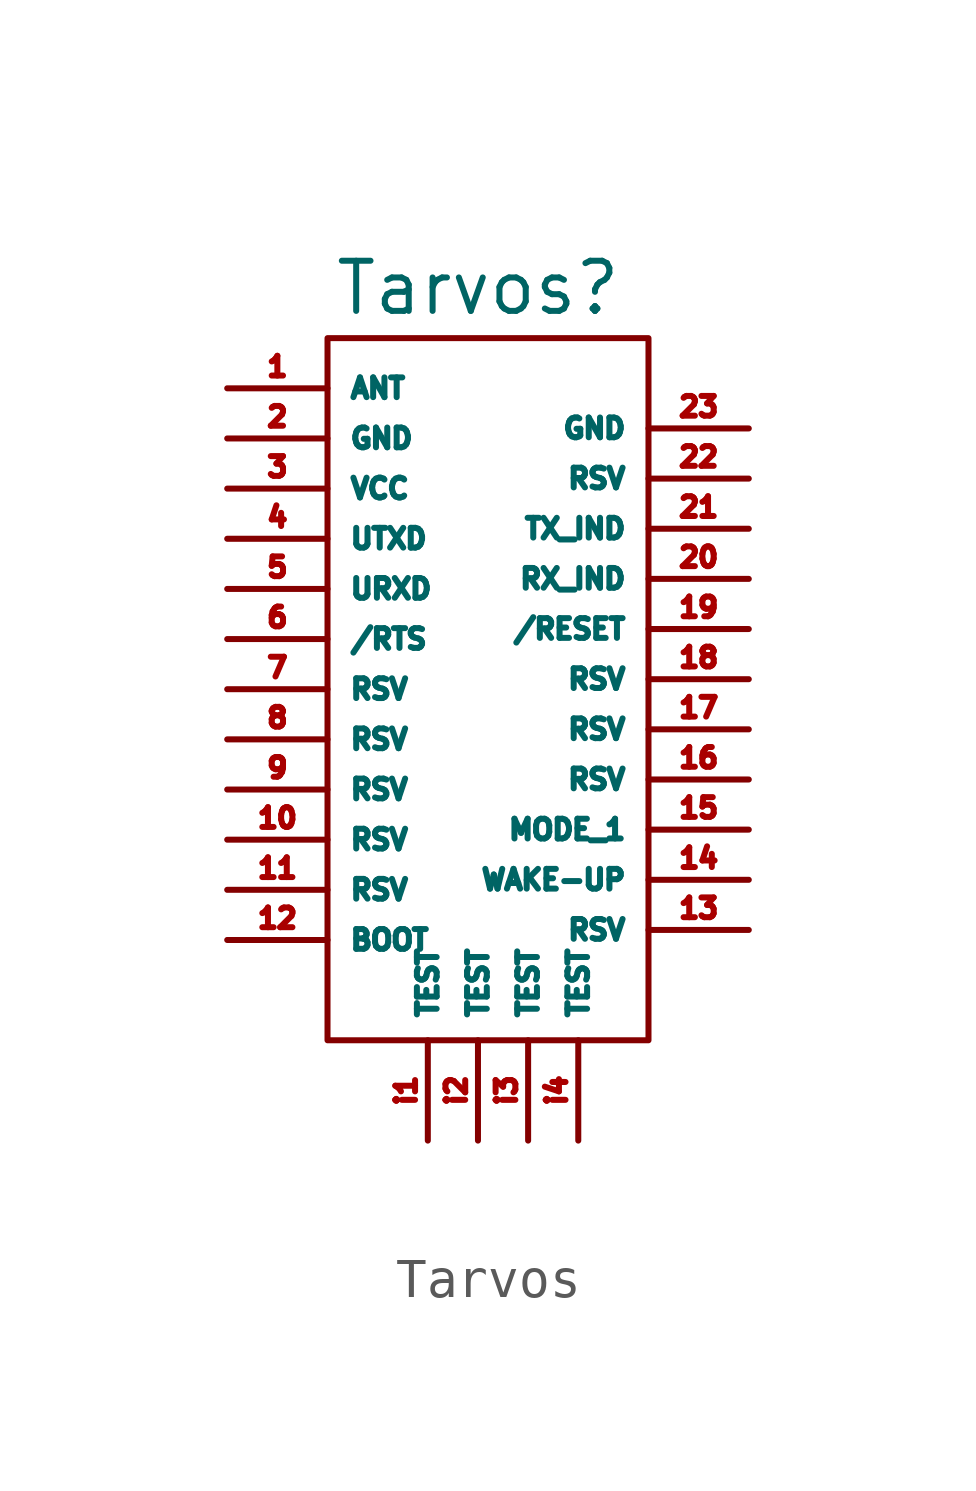
<source format=kicad_sym>
(kicad_symbol_lib
  (version 20231120)
  (generator "kicad_symbol_editor")
  (generator_version "8.0")
  (symbol "Tarvos"
    (property "Reference" "Tarvos"
      (at 0 0 0)
      (effects (font (size 1.27 1.27))))
    (property "Value" ""
      (at 0 0 0)
      (effects (font (size 1.27 1.27))))
    (symbol "Tarvos_0_1"
      (rectangle (start -3.81 -1.27) (end 4.318 -19.05) (stroke (width 0) (type default)) (fill (type none))))
    (symbol "Tarvos_1_1"
      (pin input line (at -6.35 -2.54 0) (length 2.54) (name "ANT" (effects (font (size 0.5 0.5)))) (number "1" (effects (font (size 0.5 0.5)))))
      (pin input line (at -6.35 -13.97 0) (length 2.54) (name "RSV" (effects (font (size 0.5 0.5)))) (number "10" (effects (font (size 0.5 0.5)))))
      (pin input line (at -6.35 -15.24 0) (length 2.54) (name "RSV" (effects (font (size 0.5 0.5)))) (number "11" (effects (font (size 0.5 0.5)))))
      (pin input line (at -6.35 -16.51 0) (length 2.54) (name "BOOT" (effects (font (size 0.5 0.5)))) (number "12" (effects (font (size 0.5 0.5)))))
      (pin input line (at 6.858 -16.256 180) (length 2.54) (name "RSV" (effects (font (size 0.5 0.5)))) (number "13" (effects (font (size 0.5 0.5)))))
      (pin input line (at 6.858 -14.986 180) (length 2.54) (name "WAKE-UP" (effects (font (size 0.5 0.5)))) (number "14" (effects (font (size 0.5 0.5)))))
      (pin input line (at 6.858 -13.716 180) (length 2.54) (name "MODE_1" (effects (font (size 0.5 0.5)))) (number "15" (effects (font (size 0.5 0.5)))))
      (pin input line (at 6.858 -12.446 180) (length 2.54) (name "RSV" (effects (font (size 0.5 0.5)))) (number "16" (effects (font (size 0.5 0.5)))))
      (pin input line (at 6.858 -11.176 180) (length 2.54) (name "RSV" (effects (font (size 0.5 0.5)))) (number "17" (effects (font (size 0.5 0.5)))))
      (pin input line (at 6.858 -9.906 180) (length 2.54) (name "RSV" (effects (font (size 0.5 0.5)))) (number "18" (effects (font (size 0.5 0.5)))))
      (pin input line (at 6.858 -8.636 180) (length 2.54) (name "/RESET" (effects (font (size 0.5 0.5)))) (number "19" (effects (font (size 0.5 0.5)))))
      (pin input line (at -6.35 -3.81 0) (length 2.54) (name "GND" (effects (font (size 0.5 0.5)))) (number "2" (effects (font (size 0.5 0.5)))))
      (pin input line (at 6.858 -7.366 180) (length 2.54) (name "RX_IND" (effects (font (size 0.5 0.5)))) (number "20" (effects (font (size 0.5 0.5)))))
      (pin input line (at 6.858 -6.096 180) (length 2.54) (name "TX_IND" (effects (font (size 0.5 0.5)))) (number "21" (effects (font (size 0.5 0.5)))))
      (pin input line (at 6.858 -4.826 180) (length 2.54) (name "RSV" (effects (font (size 0.5 0.5)))) (number "22" (effects (font (size 0.5 0.5)))))
      (pin input line (at 6.858 -3.556 180) (length 2.54) (name "GND" (effects (font (size 0.5 0.5)))) (number "23" (effects (font (size 0.5 0.5)))))
      (pin input line (at -6.35 -5.08 0) (length 2.54) (name "VCC" (effects (font (size 0.5 0.5)))) (number "3" (effects (font (size 0.5 0.5)))))
      (pin input line (at -6.35 -6.35 0) (length 2.54) (name "UTXD" (effects (font (size 0.5 0.5)))) (number "4" (effects (font (size 0.5 0.5)))))
      (pin input line (at -6.35 -7.62 0) (length 2.54) (name "URXD" (effects (font (size 0.5 0.5)))) (number "5" (effects (font (size 0.5 0.5)))))
      (pin input line (at -6.35 -8.89 0) (length 2.54) (name "/RTS" (effects (font (size 0.5 0.5)))) (number "6" (effects (font (size 0.5 0.5)))))
      (pin input line (at -6.35 -10.16 0) (length 2.54) (name "RSV" (effects (font (size 0.5 0.5)))) (number "7" (effects (font (size 0.5 0.5)))))
      (pin input line (at -6.35 -11.43 0) (length 2.54) (name "RSV" (effects (font (size 0.5 0.5)))) (number "8" (effects (font (size 0.5 0.5)))))
      (pin input line (at -6.35 -12.7 0) (length 2.54) (name "RSV" (effects (font (size 0.5 0.5)))) (number "9" (effects (font (size 0.5 0.5)))))
      (pin input line (at -1.27 -21.59 90) (length 2.54) (name "TEST" (effects (font (size 0.5 0.5)))) (number "i1" (effects (font (size 0.5 0.5)))))
      (pin input line (at 0 -21.59 90) (length 2.54) (name "TEST" (effects (font (size 0.5 0.5)))) (number "i2" (effects (font (size 0.5 0.5)))))
      (pin input line (at 1.27 -21.59 90) (length 2.54) (name "TEST" (effects (font (size 0.5 0.5)))) (number "i3" (effects (font (size 0.5 0.5)))))
      (pin input line (at 2.54 -21.59 90) (length 2.54) (name "TEST" (effects (font (size 0.5 0.5)))) (number "i4" (effects (font (size 0.5 0.5))))))))
</source>
